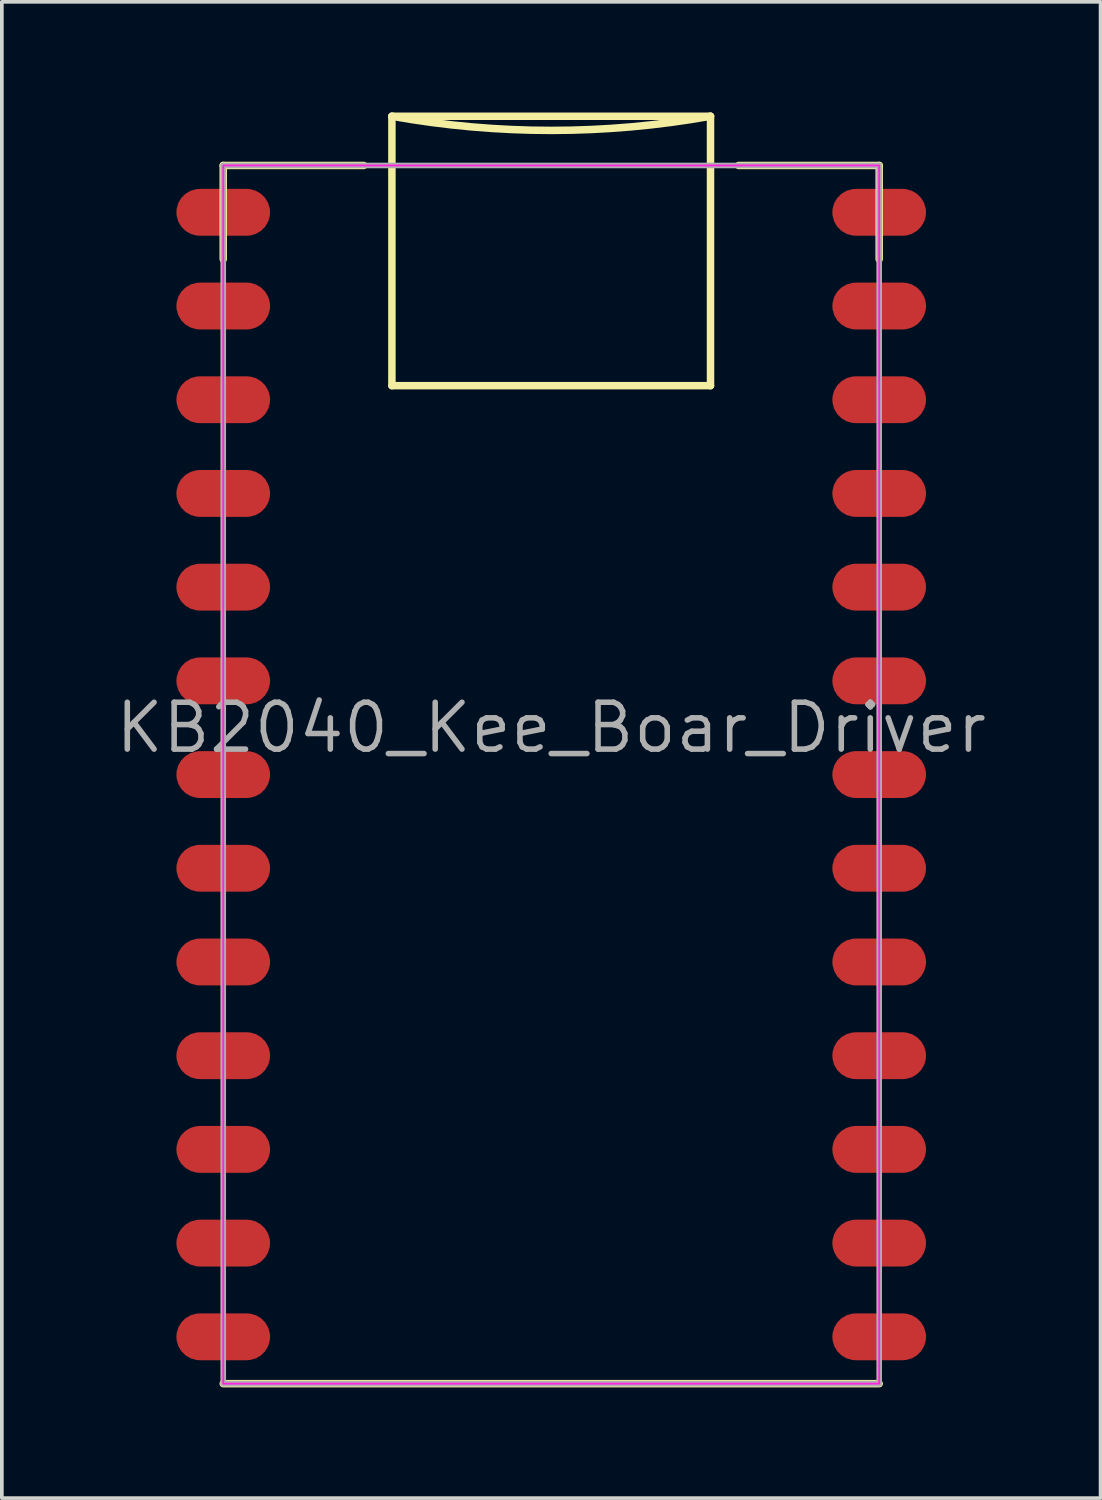
<source format=kicad_pcb>
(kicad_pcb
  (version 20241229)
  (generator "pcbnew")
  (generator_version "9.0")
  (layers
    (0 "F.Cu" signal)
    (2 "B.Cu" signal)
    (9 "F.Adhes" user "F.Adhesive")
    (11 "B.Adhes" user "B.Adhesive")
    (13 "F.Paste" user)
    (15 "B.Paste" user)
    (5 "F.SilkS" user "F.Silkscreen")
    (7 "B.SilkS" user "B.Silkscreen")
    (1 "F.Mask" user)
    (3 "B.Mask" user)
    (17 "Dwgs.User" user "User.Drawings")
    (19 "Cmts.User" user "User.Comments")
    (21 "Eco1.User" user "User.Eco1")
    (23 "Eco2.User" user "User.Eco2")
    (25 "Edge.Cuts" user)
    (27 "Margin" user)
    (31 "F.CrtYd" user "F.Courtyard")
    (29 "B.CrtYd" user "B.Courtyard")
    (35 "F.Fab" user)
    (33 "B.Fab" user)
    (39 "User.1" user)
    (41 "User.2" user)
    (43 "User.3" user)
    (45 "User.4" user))
  (footprint "KB2040_Kee_Boar_Driver"
    (layer "F.Cu")
    (at 11.891 17.945)
    (property "Reference" "KB2040_Kee_Boar_Driver" (at 0 -1.27 0) (layer "F.Fab") (effects (font (size 1.27 1.27) (thickness 0.15))))
    (fp_line (start -8.89 -16.51) (end -8.89 -13.97) (stroke (width 0.203) (type solid)) (layer "F.SilkS"))
    (fp_line (start -5.08 -16.51) (end -8.89 -16.51) (stroke (width 0.203) (type solid)) (layer "F.SilkS"))
    (fp_line (start -4.318 -17.843) (end 4.318 -17.843) (stroke (width 0.203) (type solid)) (layer "F.SilkS"))
    (fp_line (start -4.318 -10.541) (end -4.318 -17.843) (stroke (width 0.203) (type solid)) (layer "F.SilkS"))
    (fp_line (start 4.318 -17.843) (end 4.318 -10.541) (stroke (width 0.203) (type solid)) (layer "F.SilkS"))
    (fp_line (start 4.318 -10.541) (end -4.318 -10.541) (stroke (width 0.203) (type solid)) (layer "F.SilkS"))
    (fp_line (start 5.08 -16.51) (end 8.89 -16.51) (stroke (width 0.203) (type solid)) (layer "F.SilkS"))
    (fp_line (start 8.89 -16.51) (end 8.89 -13.97) (stroke (width 0.203) (type solid)) (layer "F.SilkS"))
    (fp_line (start 8.89 16.51) (end -8.89 16.51) (stroke (width 0.203) (type solid)) (layer "F.SilkS"))
    (fp_arc (start 4.318 -17.8435) (mid 0 -17.460445) (end -4.318 -17.8435) (stroke (width 0.2032) (type solid)) (layer "F.SilkS"))
    (fp_rect (start -8.89 -16.51) (end 8.89 16.51) (stroke (width 0.05) (type default)) (fill no) (layer "F.CrtYd"))
    (fp_line (start -8.89 -16.51) (end -8.89 16.51) (stroke (width 0.152) (type solid)) (layer "F.Fab"))
    (fp_line (start -8.89 16.51) (end 8.89 16.51) (stroke (width 0.152) (type solid)) (layer "F.Fab"))
    (fp_line (start 8.89 -16.51) (end -8.89 -16.51) (stroke (width 0.152) (type solid)) (layer "F.Fab"))
    (fp_line (start 8.89 16.51) (end 8.89 -16.51) (stroke (width 0.152) (type solid)) (layer "F.Fab"))
    (pad "1" smd roundrect (at -8.89 -15.24) (size 2.54 1.27) (layers "F.Cu" "F.Mask" "F.Paste") (roundrect_rratio 0.5))
    (pad "2" smd roundrect (at -8.89 -12.7) (size 2.54 1.27) (layers "F.Cu" "F.Mask" "F.Paste") (roundrect_rratio 0.5))
    (pad "3" smd roundrect (at -8.89 -10.16) (size 2.54 1.27) (layers "F.Cu" "F.Mask" "F.Paste") (roundrect_rratio 0.5))
    (pad "4" smd roundrect (at -8.89 -7.62) (size 2.54 1.27) (layers "F.Cu" "F.Mask" "F.Paste") (roundrect_rratio 0.5))
    (pad "5" smd roundrect (at -8.89 -5.08) (size 2.54 1.27) (layers "F.Cu" "F.Mask" "F.Paste") (roundrect_rratio 0.5))
    (pad "6" smd roundrect (at -8.89 -2.54) (size 2.54 1.27) (layers "F.Cu" "F.Mask" "F.Paste") (roundrect_rratio 0.5))
    (pad "7" smd roundrect (at -8.89 0) (size 2.54 1.27) (layers "F.Cu" "F.Mask" "F.Paste") (roundrect_rratio 0.5))
    (pad "8" smd roundrect (at -8.89 2.54) (size 2.54 1.27) (layers "F.Cu" "F.Mask" "F.Paste") (roundrect_rratio 0.5))
    (pad "9" smd roundrect (at -8.89 5.08) (size 2.54 1.27) (layers "F.Cu" "F.Mask" "F.Paste") (roundrect_rratio 0.5))
    (pad "10" smd roundrect (at -8.89 7.62) (size 2.54 1.27) (layers "F.Cu" "F.Mask" "F.Paste") (roundrect_rratio 0.5))
    (pad "11" smd roundrect (at -8.89 10.16) (size 2.54 1.27) (layers "F.Cu" "F.Mask" "F.Paste") (roundrect_rratio 0.5))
    (pad "12" smd roundrect (at -8.89 12.7) (size 2.54 1.27) (layers "F.Cu" "F.Mask" "F.Paste") (roundrect_rratio 0.5))
    (pad "13" smd roundrect (at -8.89 15.24) (size 2.54 1.27) (layers "F.Cu" "F.Mask" "F.Paste") (roundrect_rratio 0.5))
    (pad "14" smd roundrect (at 8.89 15.24) (size 2.54 1.27) (layers "F.Cu" "F.Mask" "F.Paste") (roundrect_rratio 0.5))
    (pad "15" smd roundrect (at 8.89 12.7) (size 2.54 1.27) (layers "F.Cu" "F.Mask" "F.Paste") (roundrect_rratio 0.5))
    (pad "16" smd roundrect (at 8.89 10.16) (size 2.54 1.27) (layers "F.Cu" "F.Mask" "F.Paste") (roundrect_rratio 0.5))
    (pad "17" smd roundrect (at 8.89 7.62) (size 2.54 1.27) (layers "F.Cu" "F.Mask" "F.Paste") (roundrect_rratio 0.5))
    (pad "18" smd roundrect (at 8.89 5.08) (size 2.54 1.27) (layers "F.Cu" "F.Mask" "F.Paste") (roundrect_rratio 0.5))
    (pad "19" smd roundrect (at 8.89 2.54) (size 2.54 1.27) (layers "F.Cu" "F.Mask" "F.Paste") (roundrect_rratio 0.5))
    (pad "20" smd roundrect (at 8.89 0) (size 2.54 1.27) (layers "F.Cu" "F.Mask" "F.Paste") (roundrect_rratio 0.5))
    (pad "21" smd roundrect (at 8.89 -2.54) (size 2.54 1.27) (layers "F.Cu" "F.Mask" "F.Paste") (roundrect_rratio 0.5))
    (pad "22" smd roundrect (at 8.89 -5.08) (size 2.54 1.27) (layers "F.Cu" "F.Mask" "F.Paste") (roundrect_rratio 0.5))
    (pad "23" smd roundrect (at 8.89 -7.62) (size 2.54 1.27) (layers "F.Cu" "F.Mask" "F.Paste") (roundrect_rratio 0.5))
    (pad "24" smd roundrect (at 8.89 -10.16) (size 2.54 1.27) (layers "F.Cu" "F.Mask" "F.Paste") (roundrect_rratio 0.5))
    (pad "25" smd roundrect (at 8.89 -12.7) (size 2.54 1.27) (layers "F.Cu" "F.Mask" "F.Paste") (roundrect_rratio 0.5))
    (pad "26" smd roundrect (at 8.89 -15.24) (size 2.54 1.27) (layers "F.Cu" "F.Mask" "F.Paste") (roundrect_rratio 0.5)))
  (gr_rect
    (start -3 -3)
    (end 26.782 37.557)
    (stroke (width 0.1) (type default))
    (fill no)
    (layer "Edge.Cuts")))
</source>
